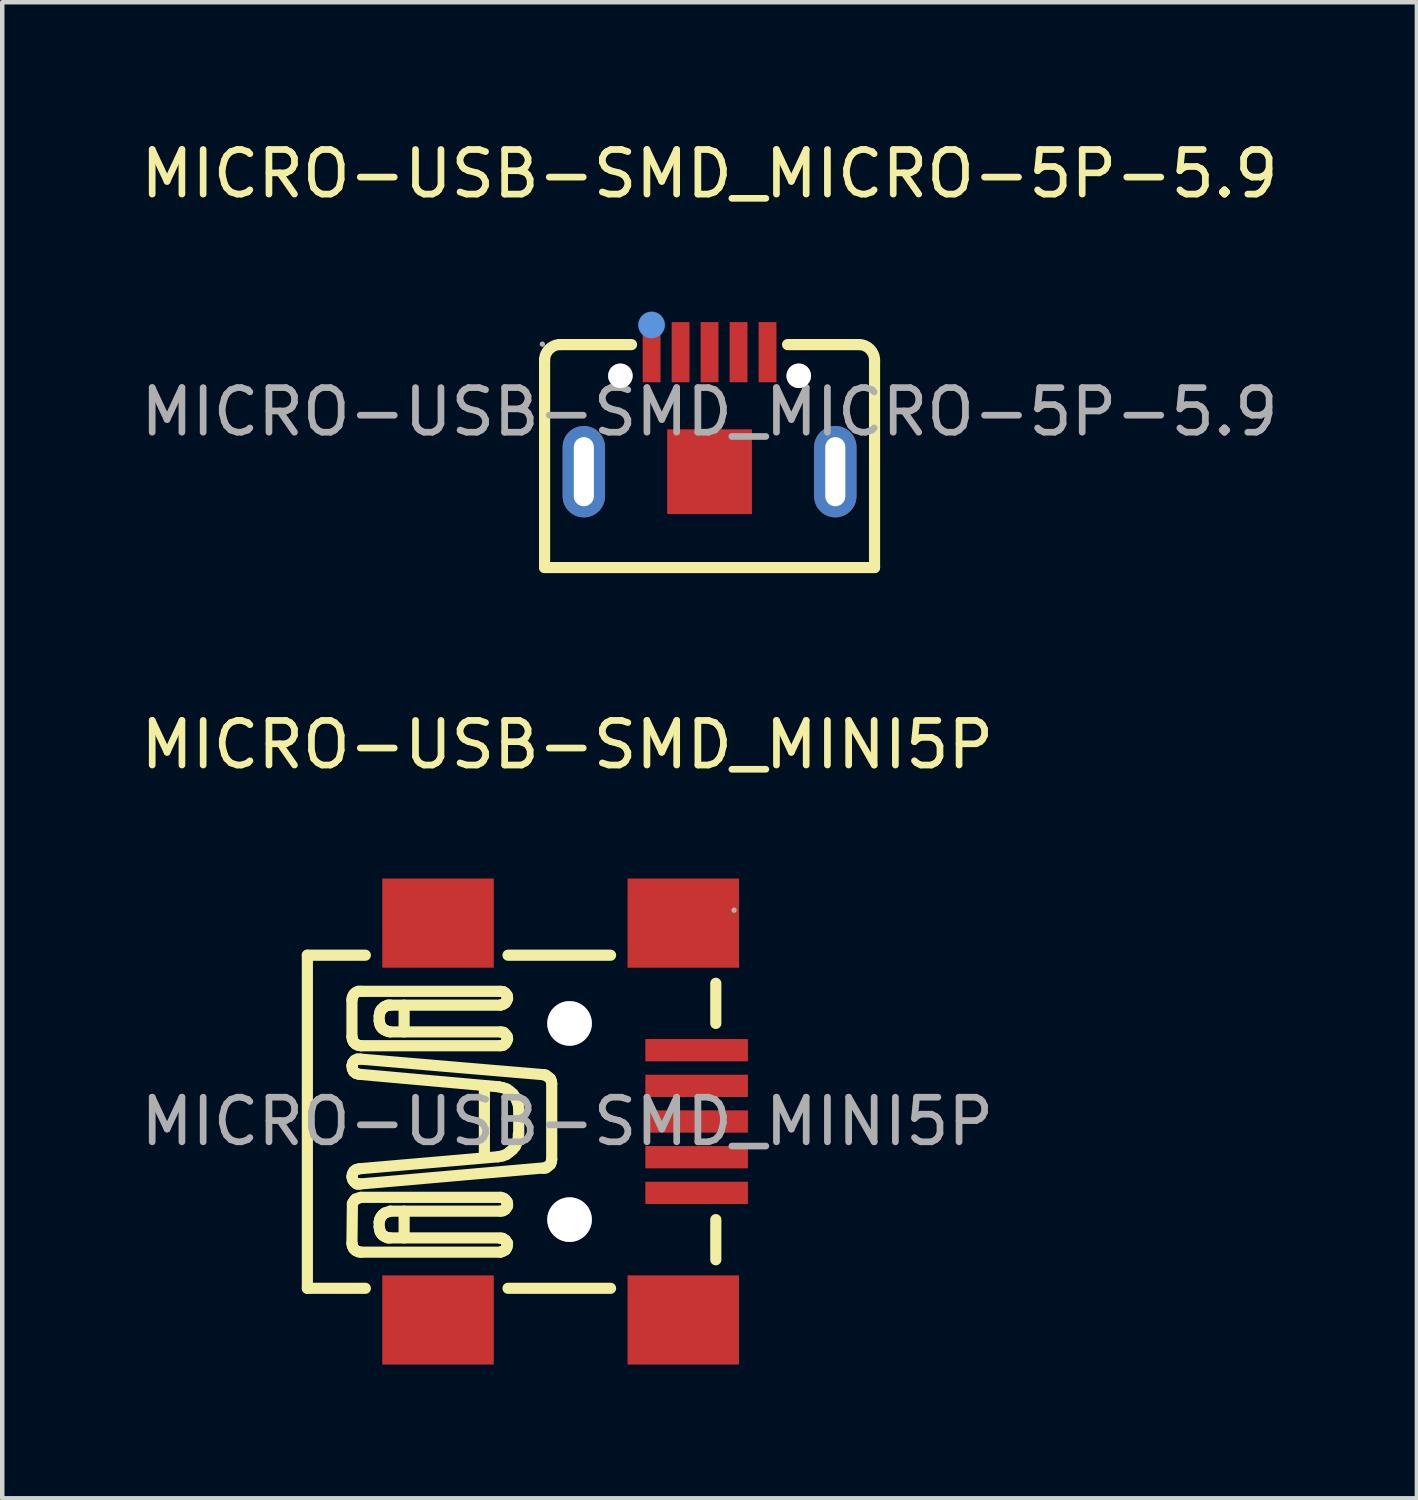
<source format=kicad_pcb>
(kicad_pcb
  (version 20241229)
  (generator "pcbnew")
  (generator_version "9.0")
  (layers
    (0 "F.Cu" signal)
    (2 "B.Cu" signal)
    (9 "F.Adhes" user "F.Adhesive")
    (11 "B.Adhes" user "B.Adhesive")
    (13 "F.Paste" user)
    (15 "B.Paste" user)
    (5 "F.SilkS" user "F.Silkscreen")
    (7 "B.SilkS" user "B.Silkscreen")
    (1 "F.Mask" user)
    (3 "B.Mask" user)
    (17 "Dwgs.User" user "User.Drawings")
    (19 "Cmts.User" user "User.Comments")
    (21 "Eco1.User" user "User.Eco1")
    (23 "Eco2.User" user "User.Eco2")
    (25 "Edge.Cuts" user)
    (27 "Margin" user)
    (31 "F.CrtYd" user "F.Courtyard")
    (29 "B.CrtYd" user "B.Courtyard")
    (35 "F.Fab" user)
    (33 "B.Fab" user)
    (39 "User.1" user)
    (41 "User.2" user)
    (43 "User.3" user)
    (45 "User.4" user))
  (footprint "MICRO-USB-SMD_MICRO-5P-5.9"
    (layer "F.Cu")
    (at 12.863 6.188)
    (property "Reference" "MICRO-USB-SMD_MICRO-5P-5.9" (at 0 -5.34 0) (layer "F.SilkS") (effects (font (size 1 1) (thickness 0.15))))
    (attr through_hole)
    (fp_line (start -3.7 3.49) (end -3.7 -1.16) (stroke (width 0.25) (type solid)) (layer "F.SilkS"))
    (fp_line (start -3.7 3.49) (end 3.7 3.49) (stroke (width 0.25) (type solid)) (layer "F.SilkS"))
    (fp_line (start -3.35 -1.51) (end -1.75 -1.51) (stroke (width 0.25) (type solid)) (layer "F.SilkS"))
    (fp_line (start 1.75 -1.51) (end 3.35 -1.51) (stroke (width 0.25) (type solid)) (layer "F.SilkS"))
    (fp_line (start 3.7 -1.16) (end 3.7 3.49) (stroke (width 0.25) (type solid)) (layer "F.SilkS"))
    (fp_arc (start -3.7 -1.16) (mid -3.597487 -1.407487) (end -3.35 -1.51) (stroke (width 0.25) (type solid)) (layer "F.SilkS"))
    (fp_arc (start 3.35 -1.51) (mid 3.597487 -1.407487) (end 3.7 -1.16) (stroke (width 0.25) (type solid)) (layer "F.SilkS"))
    (fp_circle (center -1.3 -1.95) (end -1.15 -1.95) (stroke (width 0.3) (type solid)) (fill no) (layer "Cmts.User"))
    (fp_circle (center -3.75 -1.52) (end -3.72 -1.52) (stroke (width 0.06) (type solid)) (fill no) (layer "F.Fab"))
    (fp_text user "${REFERENCE}" (at 0 0 0) (layer "F.Fab") (effects (font (size 1 1) (thickness 0.15))))
    (pad "" thru_hole circle (at -2 -0.81) (size 0.55 0.55) (drill 0.55) (layers "*.Cu" "*.Mask"))
    (pad "" thru_hole circle (at 2 -0.81) (size 0.55 0.55) (drill 0.55) (layers "*.Cu" "*.Mask"))
    (pad "1" smd rect (at -1.3 -1.34 90) (size 1.35 0.4) (layers "F.Cu" "F.Mask" "F.Paste"))
    (pad "2" smd rect (at -0.65 -1.34 90) (size 1.35 0.4) (layers "F.Cu" "F.Mask" "F.Paste"))
    (pad "3" smd rect (at 0 -1.34 90) (size 1.35 0.4) (layers "F.Cu" "F.Mask" "F.Paste"))
    (pad "4" smd rect (at 0.65 -1.34 90) (size 1.35 0.4) (layers "F.Cu" "F.Mask" "F.Paste"))
    (pad "5" smd rect (at 1.3 -1.34 90) (size 1.35 0.4) (layers "F.Cu" "F.Mask" "F.Paste"))
    (pad "SH1" thru_hole oval (at 2.82 1.34 90) (size 2.05 0.95) (drill oval 1.55 0.45) (layers "*.Cu" "*.Paste" "*.Mask"))
    (pad "SH2" thru_hole oval (at -2.82 1.34 90) (size 2.05 0.95) (drill oval 1.55 0.45) (layers "*.Cu" "*.Paste" "*.Mask"))
    (pad "SH3" smd rect (at 0 1.34 90) (size 1.9 1.9) (layers "F.Cu" "F.Mask" "F.Paste")))
  (footprint "MICRO-USB-SMD_MINI5P"
    (layer "F.Cu")
    (at 9.673 22.102)
    (property "Reference" "MICRO-USB-SMD_MINI5P" (at 0 -8.45 0) (layer "F.SilkS") (effects (font (size 1 1) (thickness 0.15))))
    (attr through_hole)
    (fp_line (start -5.83 -3.73) (end -5.83 3.74) (stroke (width 0.25) (type solid)) (layer "F.SilkS"))
    (fp_line (start -5.83 -3.73) (end -4.53 -3.73) (stroke (width 0.25) (type solid)) (layer "F.SilkS"))
    (fp_line (start -5.83 3.74) (end -4.53 3.74) (stroke (width 0.25) (type solid)) (layer "F.SilkS"))
    (fp_line (start -4.83 -1.9) (end -4.83 -2.73) (stroke (width 0.25) (type solid)) (layer "F.SilkS"))
    (fp_line (start -4.83 -1.9) (end -4.82 -1.84) (stroke (width 0.25) (type solid)) (layer "F.SilkS"))
    (fp_line (start -4.83 -1.25) (end -4.82 -1.18) (stroke (width 0.25) (type solid)) (layer "F.SilkS"))
    (fp_line (start -4.83 1.24) (end -4.81 1.31) (stroke (width 0.25) (type solid)) (layer "F.SilkS"))
    (fp_line (start -4.83 2.73) (end -4.82 2.79) (stroke (width 0.25) (type solid)) (layer "F.SilkS"))
    (fp_line (start -4.82 -2.79) (end -4.83 -2.73) (stroke (width 0.25) (type solid)) (layer "F.SilkS"))
    (fp_line (start -4.82 -1.84) (end -4.79 -1.78) (stroke (width 0.25) (type solid)) (layer "F.SilkS"))
    (fp_line (start -4.82 -1.28) (end -4.83 -1.25) (stroke (width 0.25) (type solid)) (layer "F.SilkS"))
    (fp_line (start -4.82 -1.18) (end -4.79 -1.12) (stroke (width 0.25) (type solid)) (layer "F.SilkS"))
    (fp_line (start -4.82 1.18) (end -4.83 1.24) (stroke (width 0.25) (type solid)) (layer "F.SilkS"))
    (fp_line (start -4.82 1.84) (end -4.83 2.73) (stroke (width 0.25) (type solid)) (layer "F.SilkS"))
    (fp_line (start -4.82 2.79) (end -4.79 2.85) (stroke (width 0.25) (type solid)) (layer "F.SilkS"))
    (fp_line (start -4.81 -1.32) (end -4.82 -1.28) (stroke (width 0.25) (type solid)) (layer "F.SilkS"))
    (fp_line (start -4.81 1.31) (end -4.77 1.36) (stroke (width 0.25) (type solid)) (layer "F.SilkS"))
    (fp_line (start -4.79 -2.85) (end -4.82 -2.79) (stroke (width 0.25) (type solid)) (layer "F.SilkS"))
    (fp_line (start -4.79 -1.78) (end -4.75 -1.74) (stroke (width 0.25) (type solid)) (layer "F.SilkS"))
    (fp_line (start -4.79 -1.12) (end -4.74 -1.08) (stroke (width 0.25) (type solid)) (layer "F.SilkS"))
    (fp_line (start -4.79 1.12) (end -4.82 1.18) (stroke (width 0.25) (type solid)) (layer "F.SilkS"))
    (fp_line (start -4.79 1.79) (end -4.82 1.84) (stroke (width 0.25) (type solid)) (layer "F.SilkS"))
    (fp_line (start -4.79 2.85) (end -4.75 2.89) (stroke (width 0.25) (type solid)) (layer "F.SilkS"))
    (fp_line (start -4.77 -1.37) (end -4.81 -1.32) (stroke (width 0.25) (type solid)) (layer "F.SilkS"))
    (fp_line (start -4.77 1.36) (end -4.72 1.4) (stroke (width 0.25) (type solid)) (layer "F.SilkS"))
    (fp_line (start -4.75 -2.89) (end -4.79 -2.85) (stroke (width 0.25) (type solid)) (layer "F.SilkS"))
    (fp_line (start -4.75 -1.74) (end -4.69 -1.71) (stroke (width 0.25) (type solid)) (layer "F.SilkS"))
    (fp_line (start -4.75 1.74) (end -4.79 1.79) (stroke (width 0.25) (type solid)) (layer "F.SilkS"))
    (fp_line (start -4.75 2.89) (end -4.69 2.92) (stroke (width 0.25) (type solid)) (layer "F.SilkS"))
    (fp_line (start -4.74 -1.08) (end -4.68 -1.06) (stroke (width 0.25) (type solid)) (layer "F.SilkS"))
    (fp_line (start -4.74 1.08) (end -4.79 1.12) (stroke (width 0.25) (type solid)) (layer "F.SilkS"))
    (fp_line (start -4.72 1.4) (end -4.68 1.4) (stroke (width 0.25) (type solid)) (layer "F.SilkS"))
    (fp_line (start -4.71 -1.4) (end -4.77 -1.37) (stroke (width 0.25) (type solid)) (layer "F.SilkS"))
    (fp_line (start -4.69 -2.92) (end -4.75 -2.89) (stroke (width 0.25) (type solid)) (layer "F.SilkS"))
    (fp_line (start -4.69 -1.71) (end -4.63 -1.7) (stroke (width 0.25) (type solid)) (layer "F.SilkS"))
    (fp_line (start -4.69 1.72) (end -4.75 1.74) (stroke (width 0.25) (type solid)) (layer "F.SilkS"))
    (fp_line (start -4.69 2.92) (end -4.63 2.93) (stroke (width 0.25) (type solid)) (layer "F.SilkS"))
    (fp_line (start -4.68 1.4) (end -4.65 1.4) (stroke (width 0.25) (type solid)) (layer "F.SilkS"))
    (fp_line (start -4.67 -1.06) (end -1.55 -0.78) (stroke (width 0.25) (type solid)) (layer "F.SilkS"))
    (fp_line (start -4.67 1.06) (end -4.74 1.08) (stroke (width 0.25) (type solid)) (layer "F.SilkS"))
    (fp_line (start -4.67 1.06) (end -1.55 0.79) (stroke (width 0.25) (type solid)) (layer "F.SilkS"))
    (fp_line (start -4.64 -1.4) (end -4.71 -1.4) (stroke (width 0.25) (type solid)) (layer "F.SilkS"))
    (fp_line (start -4.64 -1.4) (end -0.53 -1.05) (stroke (width 0.25) (type solid)) (layer "F.SilkS"))
    (fp_line (start -4.64 1.4) (end -0.53 1.04) (stroke (width 0.25) (type solid)) (layer "F.SilkS"))
    (fp_line (start -4.63 -2.92) (end -4.69 -2.92) (stroke (width 0.25) (type solid)) (layer "F.SilkS"))
    (fp_line (start -4.63 -2.92) (end -1.5 -2.92) (stroke (width 0.25) (type solid)) (layer "F.SilkS"))
    (fp_line (start -4.63 -1.7) (end -1.5 -1.7) (stroke (width 0.25) (type solid)) (layer "F.SilkS"))
    (fp_line (start -4.63 1.7) (end -4.69 1.72) (stroke (width 0.25) (type solid)) (layer "F.SilkS"))
    (fp_line (start -4.63 1.7) (end -1.5 1.7) (stroke (width 0.25) (type solid)) (layer "F.SilkS"))
    (fp_line (start -4.63 2.93) (end -1.5 2.93) (stroke (width 0.25) (type solid)) (layer "F.SilkS"))
    (fp_line (start -4.22 -2.26) (end -4.22 -2.36) (stroke (width 0.25) (type solid)) (layer "F.SilkS"))
    (fp_line (start -4.22 -2.26) (end -4.21 -2.22) (stroke (width 0.25) (type solid)) (layer "F.SilkS"))
    (fp_line (start -4.22 2.26) (end -4.22 2.36) (stroke (width 0.25) (type solid)) (layer "F.SilkS"))
    (fp_line (start -4.22 2.37) (end -4.21 2.41) (stroke (width 0.25) (type solid)) (layer "F.SilkS"))
    (fp_line (start -4.21 -2.41) (end -4.22 -2.37) (stroke (width 0.25) (type solid)) (layer "F.SilkS"))
    (fp_line (start -4.21 -2.22) (end -4.2 -2.17) (stroke (width 0.25) (type solid)) (layer "F.SilkS"))
    (fp_line (start -4.21 2.2) (end -4.22 2.26) (stroke (width 0.25) (type solid)) (layer "F.SilkS"))
    (fp_line (start -4.21 2.41) (end -4.2 2.46) (stroke (width 0.25) (type solid)) (layer "F.SilkS"))
    (fp_line (start -4.2 -2.46) (end -4.21 -2.41) (stroke (width 0.25) (type solid)) (layer "F.SilkS"))
    (fp_line (start -4.2 -2.17) (end -4.18 -2.13) (stroke (width 0.25) (type solid)) (layer "F.SilkS"))
    (fp_line (start -4.2 2.46) (end -4.18 2.5) (stroke (width 0.25) (type solid)) (layer "F.SilkS"))
    (fp_line (start -4.18 -2.5) (end -4.2 -2.46) (stroke (width 0.25) (type solid)) (layer "F.SilkS"))
    (fp_line (start -4.18 -2.13) (end -4.15 -2.09) (stroke (width 0.25) (type solid)) (layer "F.SilkS"))
    (fp_line (start -4.18 2.14) (end -4.21 2.2) (stroke (width 0.25) (type solid)) (layer "F.SilkS"))
    (fp_line (start -4.18 2.5) (end -4.15 2.54) (stroke (width 0.25) (type solid)) (layer "F.SilkS"))
    (fp_line (start -4.15 -2.53) (end -4.18 -2.5) (stroke (width 0.25) (type solid)) (layer "F.SilkS"))
    (fp_line (start -4.15 -2.09) (end -4.11 -2.06) (stroke (width 0.25) (type solid)) (layer "F.SilkS"))
    (fp_line (start -4.15 2.54) (end -4.11 2.57) (stroke (width 0.25) (type solid)) (layer "F.SilkS"))
    (fp_line (start -4.14 2.09) (end -4.18 2.14) (stroke (width 0.25) (type solid)) (layer "F.SilkS"))
    (fp_line (start -4.11 -2.57) (end -4.15 -2.53) (stroke (width 0.25) (type solid)) (layer "F.SilkS"))
    (fp_line (start -4.11 -2.06) (end -4.07 -2.04) (stroke (width 0.25) (type solid)) (layer "F.SilkS"))
    (fp_line (start -4.11 2.57) (end -4.07 2.59) (stroke (width 0.25) (type solid)) (layer "F.SilkS"))
    (fp_line (start -4.09 2.05) (end -4.14 2.09) (stroke (width 0.25) (type solid)) (layer "F.SilkS"))
    (fp_line (start -4.07 -2.59) (end -4.11 -2.57) (stroke (width 0.25) (type solid)) (layer "F.SilkS"))
    (fp_line (start -4.07 -2.04) (end -4.02 -2.02) (stroke (width 0.25) (type solid)) (layer "F.SilkS"))
    (fp_line (start -4.07 2.59) (end -4.02 2.61) (stroke (width 0.25) (type solid)) (layer "F.SilkS"))
    (fp_line (start -4.02 -2.61) (end -4.07 -2.59) (stroke (width 0.25) (type solid)) (layer "F.SilkS"))
    (fp_line (start -4.02 -2.02) (end -3.98 -2.01) (stroke (width 0.25) (type solid)) (layer "F.SilkS"))
    (fp_line (start -4.02 2.61) (end -3.98 2.61) (stroke (width 0.25) (type solid)) (layer "F.SilkS"))
    (fp_line (start -3.97 -2.61) (end -4.02 -2.61) (stroke (width 0.25) (type solid)) (layer "F.SilkS"))
    (fp_line (start -3.97 -2.61) (end -1.5 -2.61) (stroke (width 0.25) (type solid)) (layer "F.SilkS"))
    (fp_line (start -3.97 -2.01) (end -1.5 -2.01) (stroke (width 0.25) (type solid)) (layer "F.SilkS"))
    (fp_line (start -3.97 2.01) (end -4.09 2.05) (stroke (width 0.25) (type solid)) (layer "F.SilkS"))
    (fp_line (start -3.97 2.61) (end -1.5 2.61) (stroke (width 0.25) (type solid)) (layer "F.SilkS"))
    (fp_line (start -3.66 -2.01) (end -3.66 -2.61) (stroke (width 0.25) (type solid)) (layer "F.SilkS"))
    (fp_line (start -3.66 2.01) (end -3.66 2.61) (stroke (width 0.25) (type solid)) (layer "F.SilkS"))
    (fp_line (start -1.86 0.79) (end -1.86 -0.78) (stroke (width 0.25) (type solid)) (layer "F.SilkS"))
    (fp_line (start -1.55 0.79) (end -1.45 0.77) (stroke (width 0.25) (type solid)) (layer "F.SilkS"))
    (fp_line (start -1.5 -2.61) (end -1.44 -2.63) (stroke (width 0.25) (type solid)) (layer "F.SilkS"))
    (fp_line (start -1.5 -1.7) (end -1.44 -1.71) (stroke (width 0.25) (type solid)) (layer "F.SilkS"))
    (fp_line (start -1.5 2.01) (end -3.97 2.01) (stroke (width 0.25) (type solid)) (layer "F.SilkS"))
    (fp_line (start -1.5 2.01) (end -1.44 2) (stroke (width 0.25) (type solid)) (layer "F.SilkS"))
    (fp_line (start -1.5 2.93) (end -1.45 2.91) (stroke (width 0.25) (type solid)) (layer "F.SilkS"))
    (fp_line (start -1.45 -0.76) (end -1.54 -0.78) (stroke (width 0.25) (type solid)) (layer "F.SilkS"))
    (fp_line (start -1.45 0.77) (end -1.37 0.74) (stroke (width 0.25) (type solid)) (layer "F.SilkS"))
    (fp_line (start -1.45 2.62) (end -1.5 2.62) (stroke (width 0.25) (type solid)) (layer "F.SilkS"))
    (fp_line (start -1.45 2.91) (end -1.39 2.88) (stroke (width 0.25) (type solid)) (layer "F.SilkS"))
    (fp_line (start -1.44 -2.63) (end -1.39 -2.66) (stroke (width 0.25) (type solid)) (layer "F.SilkS"))
    (fp_line (start -1.44 -1.71) (end -1.39 -1.75) (stroke (width 0.25) (type solid)) (layer "F.SilkS"))
    (fp_line (start -1.44 2) (end -1.39 1.97) (stroke (width 0.25) (type solid)) (layer "F.SilkS"))
    (fp_line (start -1.43 -2.91) (end -1.49 -2.92) (stroke (width 0.25) (type solid)) (layer "F.SilkS"))
    (fp_line (start -1.43 -2) (end -1.49 -2.01) (stroke (width 0.25) (type solid)) (layer "F.SilkS"))
    (fp_line (start -1.43 1.72) (end -1.49 1.7) (stroke (width 0.25) (type solid)) (layer "F.SilkS"))
    (fp_line (start -1.42 2.64) (end -1.45 2.62) (stroke (width 0.25) (type solid)) (layer "F.SilkS"))
    (fp_line (start -1.39 -2.88) (end -1.43 -2.91) (stroke (width 0.25) (type solid)) (layer "F.SilkS"))
    (fp_line (start -1.39 -2.66) (end -1.36 -2.71) (stroke (width 0.25) (type solid)) (layer "F.SilkS"))
    (fp_line (start -1.39 -1.96) (end -1.43 -2) (stroke (width 0.25) (type solid)) (layer "F.SilkS"))
    (fp_line (start -1.39 -1.75) (end -1.36 -1.8) (stroke (width 0.25) (type solid)) (layer "F.SilkS"))
    (fp_line (start -1.39 1.75) (end -1.43 1.72) (stroke (width 0.25) (type solid)) (layer "F.SilkS"))
    (fp_line (start -1.39 1.97) (end -1.36 1.92) (stroke (width 0.25) (type solid)) (layer "F.SilkS"))
    (fp_line (start -1.39 2.66) (end -1.42 2.64) (stroke (width 0.25) (type solid)) (layer "F.SilkS"))
    (fp_line (start -1.39 2.88) (end -1.36 2.83) (stroke (width 0.25) (type solid)) (layer "F.SilkS"))
    (fp_line (start -1.37 0.74) (end -1.29 0.68) (stroke (width 0.25) (type solid)) (layer "F.SilkS"))
    (fp_line (start -1.37 2.69) (end -1.39 2.66) (stroke (width 0.25) (type solid)) (layer "F.SilkS"))
    (fp_line (start -1.36 -2.71) (end -1.34 -2.76) (stroke (width 0.25) (type solid)) (layer "F.SilkS"))
    (fp_line (start -1.36 -1.8) (end -1.34 -1.85) (stroke (width 0.25) (type solid)) (layer "F.SilkS"))
    (fp_line (start -1.36 -0.73) (end -1.45 -0.76) (stroke (width 0.25) (type solid)) (layer "F.SilkS"))
    (fp_line (start -1.36 1.92) (end -1.34 1.86) (stroke (width 0.25) (type solid)) (layer "F.SilkS"))
    (fp_line (start -1.36 2.83) (end -1.35 2.8) (stroke (width 0.25) (type solid)) (layer "F.SilkS"))
    (fp_line (start -1.35 -2.83) (end -1.39 -2.88) (stroke (width 0.25) (type solid)) (layer "F.SilkS"))
    (fp_line (start -1.35 -2.8) (end -1.35 -2.83) (stroke (width 0.25) (type solid)) (layer "F.SilkS"))
    (fp_line (start -1.35 -1.91) (end -1.39 -1.96) (stroke (width 0.25) (type solid)) (layer "F.SilkS"))
    (fp_line (start -1.35 -1.88) (end -1.35 -1.91) (stroke (width 0.25) (type solid)) (layer "F.SilkS"))
    (fp_line (start -1.35 1.8) (end -1.39 1.75) (stroke (width 0.25) (type solid)) (layer "F.SilkS"))
    (fp_line (start -1.35 1.83) (end -1.35 1.8) (stroke (width 0.25) (type solid)) (layer "F.SilkS"))
    (fp_line (start -1.35 2.72) (end -1.37 2.69) (stroke (width 0.25) (type solid)) (layer "F.SilkS"))
    (fp_line (start -1.35 2.75) (end -1.35 2.72) (stroke (width 0.25) (type solid)) (layer "F.SilkS"))
    (fp_line (start -1.35 2.8) (end -1.35 2.75) (stroke (width 0.25) (type solid)) (layer "F.SilkS"))
    (fp_line (start -1.34 -2.76) (end -1.35 -2.8) (stroke (width 0.25) (type solid)) (layer "F.SilkS"))
    (fp_line (start -1.34 -1.85) (end -1.35 -1.88) (stroke (width 0.25) (type solid)) (layer "F.SilkS"))
    (fp_line (start -1.34 1.86) (end -1.35 1.83) (stroke (width 0.25) (type solid)) (layer "F.SilkS"))
    (fp_line (start -1.34 1.9) (end -1.34 1.9) (stroke (width 0.25) (type solid)) (layer "F.SilkS"))
    (fp_line (start -1.34 2.73) (end -1.34 2.73) (stroke (width 0.25) (type solid)) (layer "F.SilkS"))
    (fp_line (start -1.33 -3.73) (end 0.97 -3.73) (stroke (width 0.25) (type solid)) (layer "F.SilkS"))
    (fp_line (start -1.33 3.74) (end 0.97 3.74) (stroke (width 0.25) (type solid)) (layer "F.SilkS"))
    (fp_line (start -1.29 -0.68) (end -1.36 -0.73) (stroke (width 0.25) (type solid)) (layer "F.SilkS"))
    (fp_line (start -1.29 0.68) (end -1.23 0.63) (stroke (width 0.25) (type solid)) (layer "F.SilkS"))
    (fp_line (start -1.23 0.63) (end -1.17 0.56) (stroke (width 0.25) (type solid)) (layer "F.SilkS"))
    (fp_line (start -1.22 -0.62) (end -1.29 -0.68) (stroke (width 0.25) (type solid)) (layer "F.SilkS"))
    (fp_line (start -1.17 -0.55) (end -1.22 -0.62) (stroke (width 0.25) (type solid)) (layer "F.SilkS"))
    (fp_line (start -1.17 0.56) (end -1.13 0.47) (stroke (width 0.25) (type solid)) (layer "F.SilkS"))
    (fp_line (start -1.13 -0.46) (end -1.17 -0.55) (stroke (width 0.25) (type solid)) (layer "F.SilkS"))
    (fp_line (start -1.13 0.47) (end -1.1 0.39) (stroke (width 0.25) (type solid)) (layer "F.SilkS"))
    (fp_line (start -1.1 -0.38) (end -1.13 -0.46) (stroke (width 0.25) (type solid)) (layer "F.SilkS"))
    (fp_line (start -1.1 0.39) (end -1.1 0.29) (stroke (width 0.25) (type solid)) (layer "F.SilkS"))
    (fp_line (start -1.09 -0.28) (end -1.1 -0.38) (stroke (width 0.25) (type solid)) (layer "F.SilkS"))
    (fp_line (start -1.09 0.29) (end -1.09 -0.28) (stroke (width 0.25) (type solid)) (layer "F.SilkS"))
    (fp_line (start -0.54 1.05) (end -0.48 1.04) (stroke (width 0.25) (type solid)) (layer "F.SilkS"))
    (fp_line (start -0.48 -1.04) (end -0.54 -1.05) (stroke (width 0.25) (type solid)) (layer "F.SilkS"))
    (fp_line (start -0.48 1.04) (end -0.43 1) (stroke (width 0.25) (type solid)) (layer "F.SilkS"))
    (fp_line (start -0.43 -1) (end -0.48 -1.04) (stroke (width 0.25) (type solid)) (layer "F.SilkS"))
    (fp_line (start -0.43 1) (end -0.38 0.96) (stroke (width 0.25) (type solid)) (layer "F.SilkS"))
    (fp_line (start -0.38 -0.96) (end -0.43 -1) (stroke (width 0.25) (type solid)) (layer "F.SilkS"))
    (fp_line (start -0.38 0.96) (end -0.36 0.91) (stroke (width 0.25) (type solid)) (layer "F.SilkS"))
    (fp_line (start -0.36 -0.91) (end -0.38 -0.96) (stroke (width 0.25) (type solid)) (layer "F.SilkS"))
    (fp_line (start -0.36 0.91) (end -0.35 0.85) (stroke (width 0.25) (type solid)) (layer "F.SilkS"))
    (fp_line (start -0.35 -0.85) (end -0.36 -0.91) (stroke (width 0.25) (type solid)) (layer "F.SilkS"))
    (fp_line (start -0.35 -0.85) (end -0.35 0.85) (stroke (width 0.25) (type solid)) (layer "F.SilkS"))
    (fp_line (start 3.33 -3.1) (end 3.33 -2.2) (stroke (width 0.25) (type solid)) (layer "F.SilkS"))
    (fp_line (start 3.33 2.2) (end 3.33 3.1) (stroke (width 0.25) (type solid)) (layer "F.SilkS"))
    (fp_circle (center 0.05 -2.2) (end 0.25 -2.2) (stroke (width 0.4) (type solid)) (fill no) (layer "Cmts.User"))
    (fp_circle (center 0.05 2.2) (end 0.25 2.2) (stroke (width 0.4) (type solid)) (fill no) (layer "Cmts.User"))
    (fp_circle (center 3.74 -4.74) (end 3.77 -4.74) (stroke (width 0.06) (type solid)) (fill no) (layer "F.Fab"))
    (fp_text user "${REFERENCE}" (at 0 0 0) (layer "F.Fab") (effects (font (size 1 1) (thickness 0.15))))
    (pad "" thru_hole circle (at 0.05 -2.2) (size 1 1) (drill 1) (layers "*.Cu" "*.Mask"))
    (pad "" thru_hole circle (at 0.05 2.2) (size 1 1) (drill 1) (layers "*.Cu" "*.Mask"))
    (pad "1" smd rect (at 2.9 -1.6) (size 2.3 0.5) (layers "F.Cu" "F.Mask" "F.Paste"))
    (pad "2" smd rect (at 2.9 -0.8) (size 2.3 0.5) (layers "F.Cu" "F.Mask" "F.Paste"))
    (pad "3" smd rect (at 2.9 0) (size 2.3 0.5) (layers "F.Cu" "F.Mask" "F.Paste"))
    (pad "4" smd rect (at 2.9 0.8) (size 2.3 0.5) (layers "F.Cu" "F.Mask" "F.Paste"))
    (pad "5" smd rect (at 2.9 1.6) (size 2.3 0.5) (layers "F.Cu" "F.Mask" "F.Paste"))
    (pad "SH1" smd rect (at 2.6 -4.45 180) (size 2.5 2) (layers "F.Cu" "F.Mask" "F.Paste"))
    (pad "SH2" smd rect (at -2.9 -4.45 180) (size 2.5 2) (layers "F.Cu" "F.Mask" "F.Paste"))
    (pad "SH3" smd rect (at 2.6 4.45 180) (size 2.5 2) (layers "F.Cu" "F.Mask" "F.Paste"))
    (pad "SH4" smd rect (at -2.9 4.45 180) (size 2.5 2) (layers "F.Cu" "F.Mask" "F.Paste")))
  (gr_rect
    (start -3 -3)
    (end 28.726 30.552)
    (stroke (width 0.1) (type default))
    (fill no)
    (layer "Edge.Cuts")))
</source>
